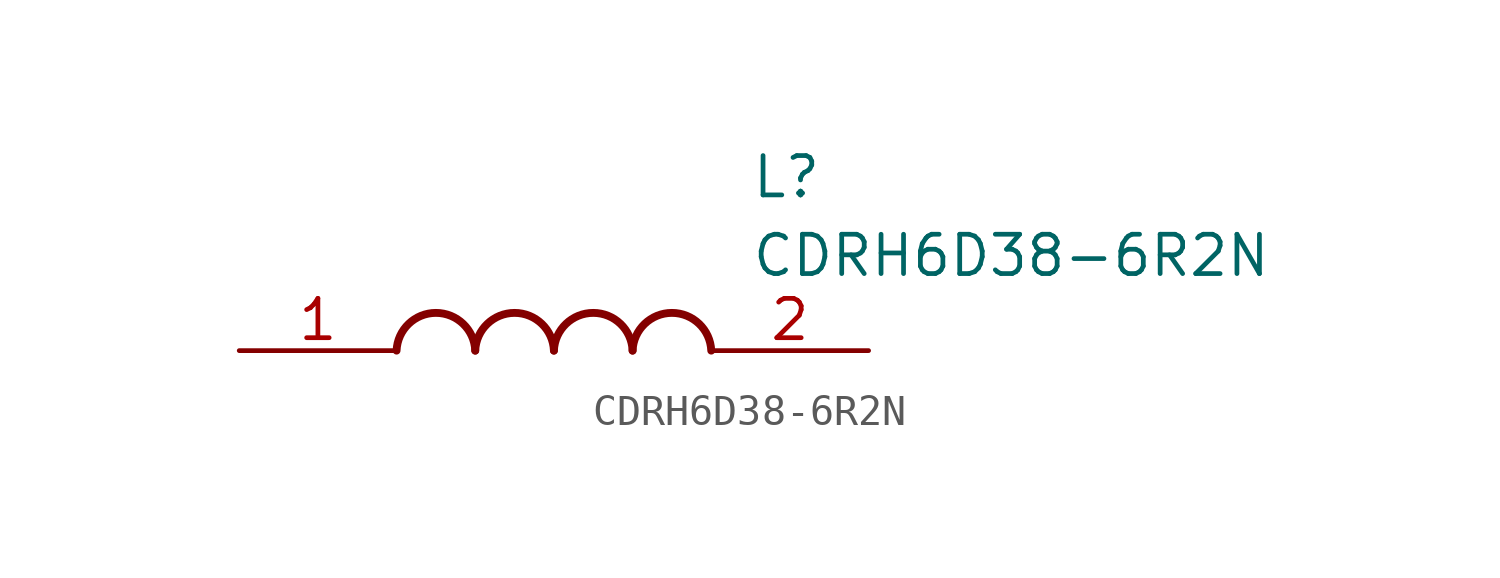
<source format=kicad_sym>
(kicad_symbol_lib
  (version 20211014)
  (generator SamacSys_ECAD_Model)
  (symbol "CDRH6D38-6R2N"
    (pin_names hide)
    (property "Reference" "L"
      (at 16.51 6.35 0)
      (effects (font (size 1.27 1.27)) (justify left top)))
    (property "Value" "CDRH6D38-6R2N"
      (at 16.51 3.81 0)
      (effects (font (size 1.27 1.27)) (justify left top)))
    (arc
      (start 7.62 0)
      (mid 6.35 1.219)
      (end 5.08 0)
      (stroke (width 0.254) (type default))
      (fill (type none)))
    (arc
      (start 10.16 0)
      (mid 8.89 1.219)
      (end 7.62 0)
      (stroke (width 0.254) (type default))
      (fill (type none)))
    (arc
      (start 12.7 0)
      (mid 11.43 1.219)
      (end 10.16 0)
      (stroke (width 0.254) (type default))
      (fill (type none)))
    (arc
      (start 15.24 0)
      (mid 13.97 1.219)
      (end 12.7 0)
      (stroke (width 0.254) (type default))
      (fill (type none)))
    (pin passive line
      (at 0 0 0)
      (length 5.08)
      (name "1" (effects (font (size 1.27 1.27))))
      (number "1" (effects (font (size 1.27 1.27)))))
    (pin passive line
      (at 20.32 0 180)
      (length 5.08)
      (name "2" (effects (font (size 1.27 1.27))))
      (number "2" (effects (font (size 1.27 1.27)))))))
</source>
